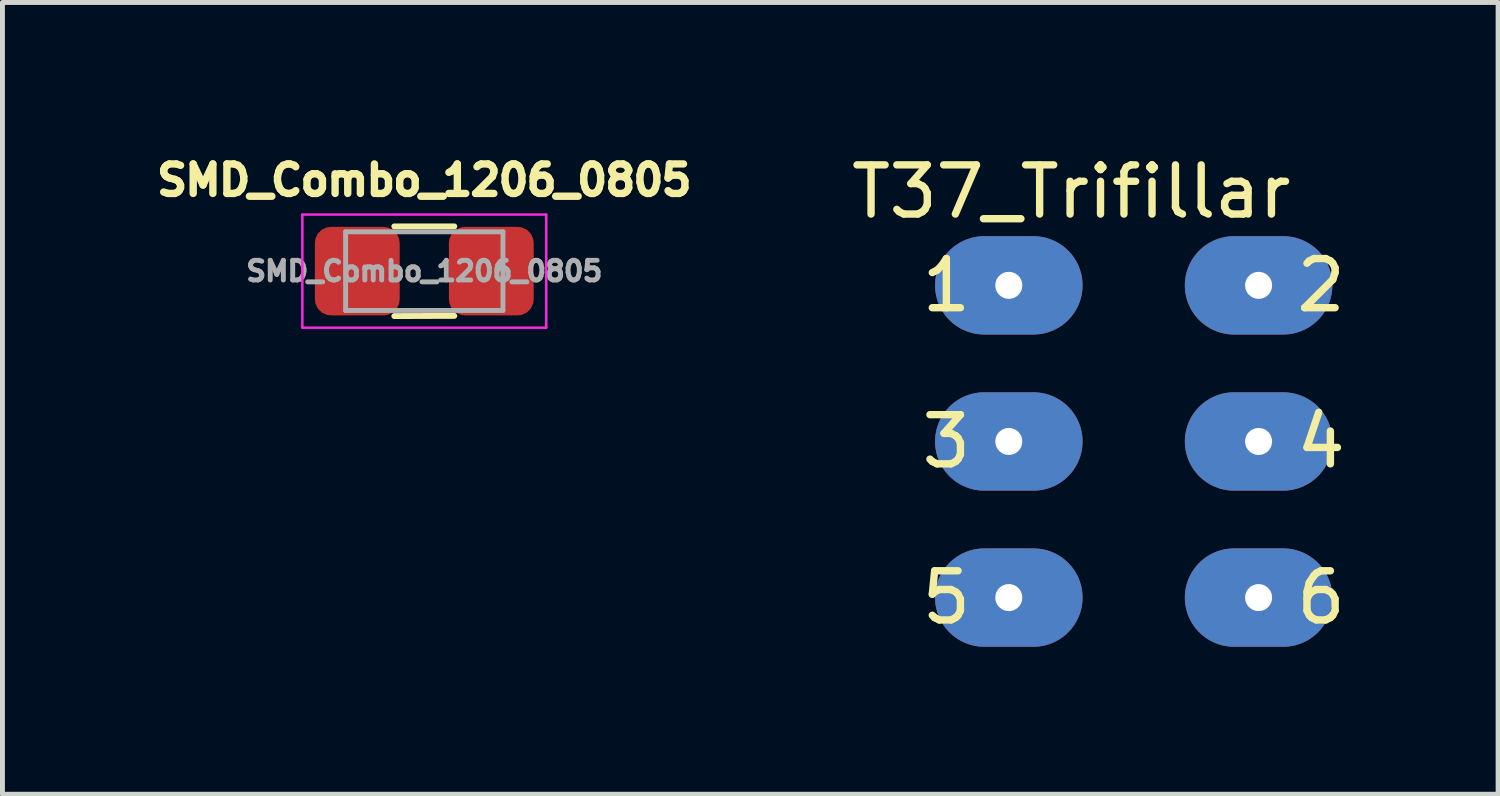
<source format=kicad_pcb>
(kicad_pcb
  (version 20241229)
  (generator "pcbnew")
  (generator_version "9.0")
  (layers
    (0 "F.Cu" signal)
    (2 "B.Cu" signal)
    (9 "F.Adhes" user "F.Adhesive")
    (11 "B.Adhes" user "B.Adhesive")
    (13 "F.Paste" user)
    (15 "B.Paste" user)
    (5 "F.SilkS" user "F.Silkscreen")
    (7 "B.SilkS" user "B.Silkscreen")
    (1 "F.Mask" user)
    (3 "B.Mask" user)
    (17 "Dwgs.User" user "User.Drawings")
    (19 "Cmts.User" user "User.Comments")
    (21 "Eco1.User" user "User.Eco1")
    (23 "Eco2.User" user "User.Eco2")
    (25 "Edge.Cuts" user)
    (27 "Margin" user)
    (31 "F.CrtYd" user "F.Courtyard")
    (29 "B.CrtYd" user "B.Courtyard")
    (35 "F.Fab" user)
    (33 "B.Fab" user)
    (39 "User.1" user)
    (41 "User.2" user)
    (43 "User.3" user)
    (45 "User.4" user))
  (footprint "SMD_Combo_1206_0805"
    (layer "F.Cu")
    (at 5.579 2.464)
    (property "Reference" "SMD_Combo_1206_0805" (at 0 -1.85 0) (layer "F.SilkS") (effects (font (size 0.6 0.6) (thickness 0.15))))
    (attr smd)
    (fp_line (start -0.61 -0.91) (end 0.61 -0.91) (stroke (width 0.12) (type solid)) (layer "F.SilkS"))
    (fp_line (start -0.61 0.914) (end 0.61 0.91) (stroke (width 0.12) (type solid)) (layer "F.SilkS"))
    (fp_line (start -2.48 -1.15) (end 2.48 -1.15) (stroke (width 0.05) (type solid)) (layer "F.CrtYd"))
    (fp_line (start -2.48 1.15) (end -2.48 -1.15) (stroke (width 0.05) (type solid)) (layer "F.CrtYd"))
    (fp_line (start 2.48 -1.15) (end 2.48 1.15) (stroke (width 0.05) (type solid)) (layer "F.CrtYd"))
    (fp_line (start 2.48 1.15) (end -2.48 1.15) (stroke (width 0.05) (type solid)) (layer "F.CrtYd"))
    (fp_line (start -1.6 -0.8) (end 1.6 -0.8) (stroke (width 0.1) (type solid)) (layer "F.Fab"))
    (fp_line (start -1.6 0.8) (end -1.6 -0.8) (stroke (width 0.1) (type solid)) (layer "F.Fab"))
    (fp_line (start 1.6 -0.8) (end 1.6 0.8) (stroke (width 0.1) (type solid)) (layer "F.Fab"))
    (fp_line (start 1.6 0.8) (end -1.6 0.8) (stroke (width 0.1) (type solid)) (layer "F.Fab"))
    (fp_text user "${REFERENCE}" (at 0 0 0) (layer "F.Fab") (effects (font (size 0.4 0.4) (thickness 0.1))))
    (pad "1" smd roundrect (at -1.363 0) (size 1.725 1.8) (layers "F.Cu" "F.Mask" "F.Paste") (roundrect_rratio 0.189))
    (pad "2" smd roundrect (at 1.363 0) (size 1.725 1.8) (layers "F.Cu" "F.Mask" "F.Paste") (roundrect_rratio 0.189)))
  (footprint "T37_Trifillar"
    (layer "F.Cu")
    (at 20.006 5.293)
    (property "Reference" "T37_Trifillar" (at -1.27 -4.445 0) (layer "F.SilkS") (effects (font (size 1 1) (thickness 0.15))))
    (attr through_hole)
    (fp_text user "3" (at -3.81 0.635 0) (layer "F.SilkS") (effects (font (size 1 1) (thickness 0.15))))
    (fp_text user "5" (at -3.81 3.81 0) (layer "F.SilkS") (effects (font (size 1 1) (thickness 0.15))))
    (fp_text user "4" (at 3.81 0.635 0) (layer "F.SilkS") (effects (font (size 1 1) (thickness 0.15))))
    (fp_text user "6" (at 3.81 3.81 0) (layer "F.SilkS") (effects (font (size 1 1) (thickness 0.15))))
    (fp_text user "2" (at 3.81 -2.54 0) (layer "F.SilkS") (effects (font (size 1 1) (thickness 0.15))))
    (fp_text user "1" (at -3.81 -2.54 0) (layer "F.SilkS") (effects (font (size 1 1) (thickness 0.15))))
    (pad "1" thru_hole oval (at -2.54 -2.54) (size 3 2) (drill 0.55) (layers "*.Cu" "*.Mask"))
    (pad "2" thru_hole oval (at 2.54 -2.54) (size 3 2) (drill 0.55) (layers "*.Cu" "*.Mask"))
    (pad "3" thru_hole oval (at -2.54 0.635) (size 3 2) (drill 0.55) (layers "*.Cu" "*.Mask"))
    (pad "4" thru_hole oval (at 2.54 0.635) (size 3 2) (drill 0.55) (layers "*.Cu" "*.Mask"))
    (pad "5" thru_hole oval (at -2.54 3.81) (size 3 2) (drill 0.55) (layers "*.Cu" "*.Mask"))
    (pad "6" thru_hole oval (at 2.54 3.81) (size 3 2) (drill 0.55) (layers "*.Cu" "*.Mask")))
  (gr_rect
    (start -3 -3)
    (end 27.417 13.103)
    (stroke (width 0.1) (type default))
    (fill no)
    (layer "Edge.Cuts")))
</source>
